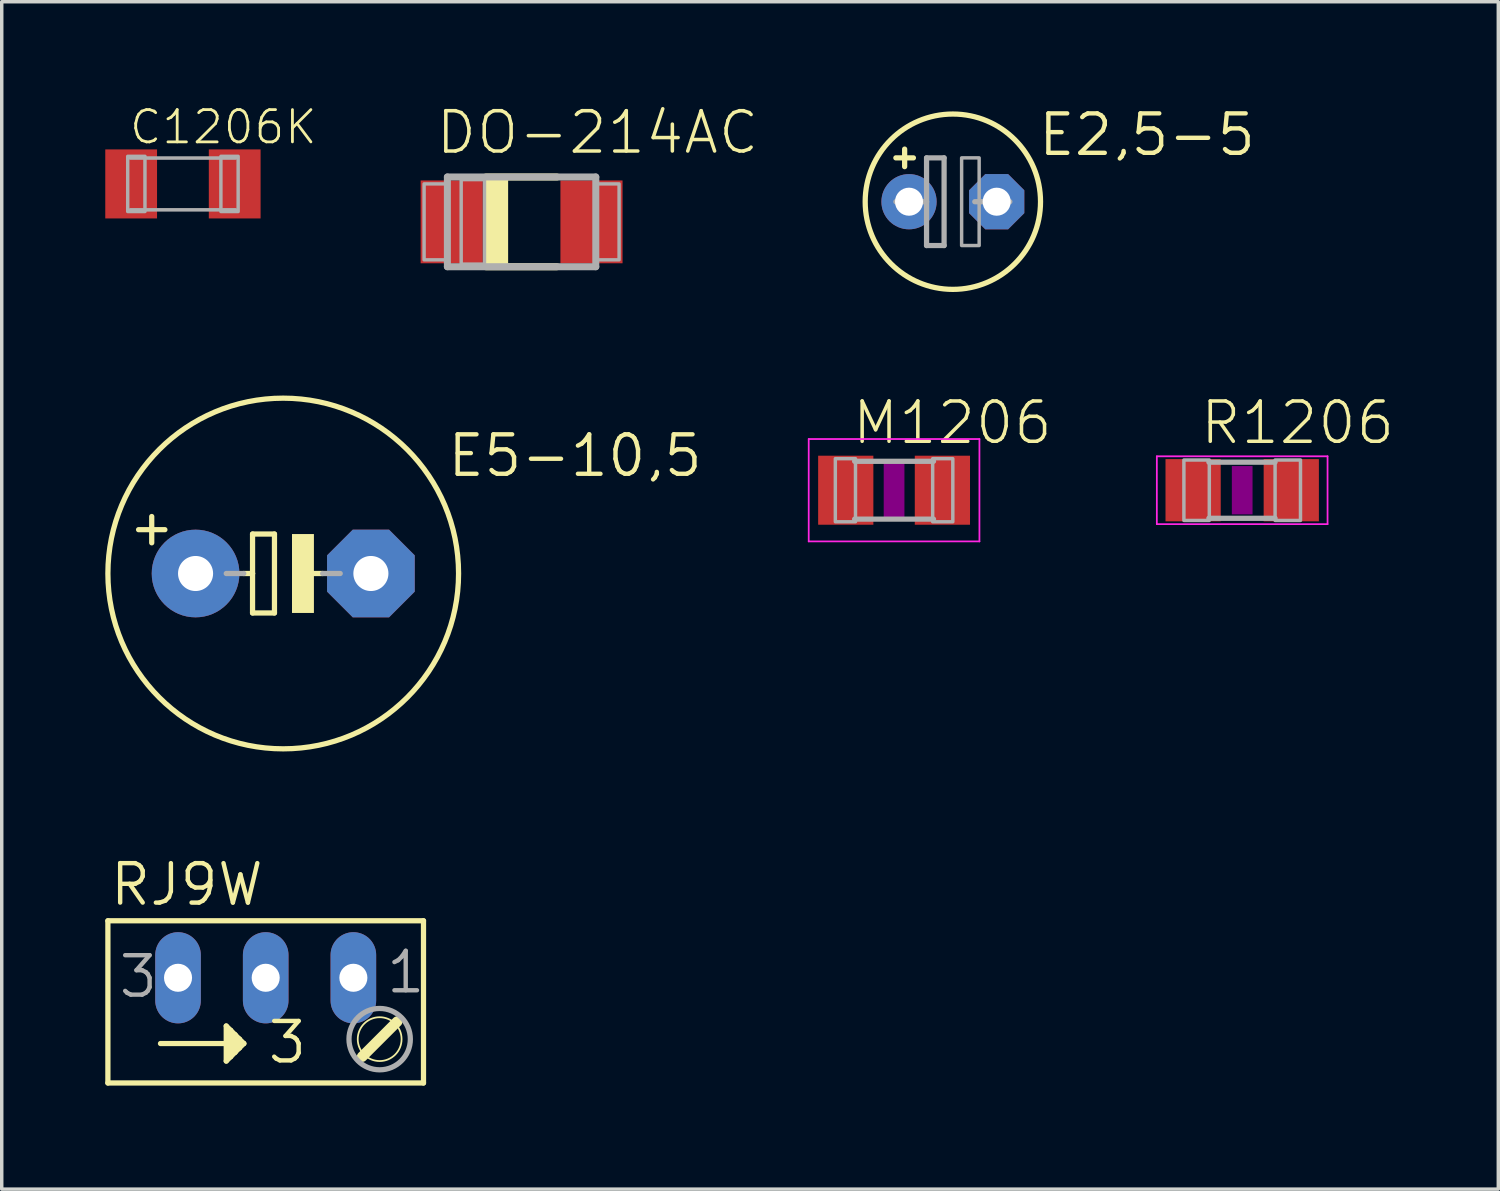
<source format=kicad_pcb>
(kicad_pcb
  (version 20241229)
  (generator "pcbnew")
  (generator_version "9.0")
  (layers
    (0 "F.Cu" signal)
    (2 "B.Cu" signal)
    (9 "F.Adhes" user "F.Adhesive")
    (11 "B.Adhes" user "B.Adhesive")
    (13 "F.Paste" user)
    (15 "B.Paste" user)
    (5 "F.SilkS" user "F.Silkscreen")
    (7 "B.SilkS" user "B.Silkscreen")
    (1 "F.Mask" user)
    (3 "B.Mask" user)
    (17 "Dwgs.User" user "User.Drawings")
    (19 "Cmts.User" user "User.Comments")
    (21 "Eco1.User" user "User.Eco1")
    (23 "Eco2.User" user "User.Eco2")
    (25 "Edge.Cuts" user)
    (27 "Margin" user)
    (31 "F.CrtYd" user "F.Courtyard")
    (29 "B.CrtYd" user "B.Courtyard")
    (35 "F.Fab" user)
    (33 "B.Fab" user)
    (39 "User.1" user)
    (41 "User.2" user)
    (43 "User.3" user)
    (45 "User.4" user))
  (footprint "E2,5-5"
    (layer "F.Cu")
    (at 24.557 2.794)
    (property "Reference" "E2,5-5" (at 2.413 -1.27 0) (unlocked yes) (layer "F.SilkS") (effects (font (size 1.143 1.143) (thickness 0.127)) (justify left bottom)))
    (fp_line (start -1.651 -1.27) (end -1.397 -1.27) (stroke (width 0.152) (type solid)) (layer "F.SilkS"))
    (fp_line (start -1.397 -1.27) (end -1.397 -1.524) (stroke (width 0.152) (type solid)) (layer "F.SilkS"))
    (fp_line (start -1.397 -1.27) (end -1.143 -1.27) (stroke (width 0.152) (type solid)) (layer "F.SilkS"))
    (fp_line (start -1.397 -1.016) (end -1.397 -1.27) (stroke (width 0.152) (type solid)) (layer "F.SilkS"))
    (fp_circle (center 0 0) (end 2.54 0) (stroke (width 0.152) (type solid)) (fill no) (layer "F.SilkS"))
    (fp_line (start -1.651 0) (end -0.762 0) (stroke (width 0.152) (type solid)) (layer "F.Fab"))
    (fp_line (start -0.762 -1.27) (end -0.762 0) (stroke (width 0.152) (type solid)) (layer "F.Fab"))
    (fp_line (start -0.762 0) (end -0.762 1.27) (stroke (width 0.152) (type solid)) (layer "F.Fab"))
    (fp_line (start -0.762 1.27) (end -0.254 1.27) (stroke (width 0.152) (type solid)) (layer "F.Fab"))
    (fp_line (start -0.254 -1.27) (end -0.762 -1.27) (stroke (width 0.152) (type solid)) (layer "F.Fab"))
    (fp_line (start -0.254 1.27) (end -0.254 -1.27) (stroke (width 0.152) (type solid)) (layer "F.Fab"))
    (fp_line (start 0.635 0) (end 1.651 0) (stroke (width 0.152) (type solid)) (layer "F.Fab"))
    (fp_poly (pts (xy 0.254 1.27) (xy 0.762 1.27) (xy 0.762 -1.27) (xy 0.254 -1.27)) (stroke (width 0.1) (type default)) (fill no) (layer "F.Fab"))
    (pad "+" thru_hole circle (at -1.27 0) (size 1.6 1.6) (drill 0.813) (layers "*.Cu" "*.Mask"))
    (pad "-" thru_hole roundrect (at 1.27 0) (size 1.6 1.6) (drill 0.813) (layers "*.Cu" "*.Mask") (roundrect_rratio 0.25) (chamfer_ratio 0.293) (chamfer top_left top_right bottom_left bottom_right)))
  (footprint "DO-214AC"
    (layer "F.Cu")
    (at 12.062 3.378)
    (property "Reference" "DO-214AC" (at -2.54 -1.905 0) (unlocked yes) (layer "F.SilkS") (effects (font (size 1.168 1.168) (thickness 0.102)) (justify left bottom)))
    (fp_line (start -1.035 -1.3) (end 1.025 -1.3) (stroke (width 0.203) (type solid)) (layer "F.SilkS"))
    (fp_line (start 1.025 1.3) (end -1.035 1.3) (stroke (width 0.203) (type solid)) (layer "F.SilkS"))
    (fp_poly (pts (xy -1.065 1.225) (xy -0.39 1.225) (xy -0.39 -1.225) (xy -1.065 -1.225)) (stroke (width 0) (type default)) (fill yes) (layer "F.SilkS"))
    (fp_line (start -2.15 -1.3) (end 2.15 -1.3) (stroke (width 0.203) (type solid)) (layer "F.Fab"))
    (fp_line (start -2.15 1.3) (end -2.15 -1.3) (stroke (width 0.203) (type solid)) (layer "F.Fab"))
    (fp_line (start 2.15 -1.3) (end 2.15 1.3) (stroke (width 0.203) (type solid)) (layer "F.Fab"))
    (fp_line (start 2.15 1.3) (end -2.15 1.3) (stroke (width 0.203) (type solid)) (layer "F.Fab"))
    (fp_poly (pts (xy -2.825 1.1) (xy -2.175 1.1) (xy -2.175 -1.1) (xy -2.825 -1.1)) (stroke (width 0.1) (type default)) (fill no) (layer "F.Fab"))
    (fp_poly (pts (xy -1.75 1.225) (xy -1.075 1.225) (xy -1.075 -1.225) (xy -1.75 -1.225)) (stroke (width 0.1) (type default)) (fill no) (layer "F.Fab"))
    (fp_poly (pts (xy 2.825 -1.1) (xy 2.175 -1.1) (xy 2.175 1.1) (xy 2.825 1.1)) (stroke (width 0.1) (type default)) (fill no) (layer "F.Fab"))
    (pad "A" smd rect (at 2.025 0 180) (size 1.8 2.4) (layers "F.Cu" "F.Mask" "F.Paste"))
    (pad "C" smd rect (at -2.025 0) (size 1.8 2.4) (layers "F.Cu" "F.Mask" "F.Paste")))
  (footprint "M1206"
    (layer "F.Cu")
    (at 22.854 11.153)
    (property "Reference" "M1206" (at -1.27 -1.27 0) (unlocked yes) (layer "F.SilkS") (effects (font (size 1.168 1.168) (thickness 0.102)) (justify left bottom)))
    (fp_poly (pts (xy -0.3 0.8) (xy 0.3 0.8) (xy 0.3 -0.8) (xy -0.3 -0.8)) (stroke (width 0) (type default)) (fill yes) (layer "F.Adhes"))
    (fp_line (start -2.473 -1.483) (end 2.473 -1.483) (stroke (width 0.051) (type solid)) (layer "F.CrtYd"))
    (fp_line (start -2.473 1.483) (end -2.473 -1.483) (stroke (width 0.051) (type solid)) (layer "F.CrtYd"))
    (fp_line (start 2.473 -1.483) (end 2.473 1.483) (stroke (width 0.051) (type solid)) (layer "F.CrtYd"))
    (fp_line (start 2.473 1.483) (end -2.473 1.483) (stroke (width 0.051) (type solid)) (layer "F.CrtYd"))
    (fp_line (start 1.143 -0.838) (end -1.143 -0.838) (stroke (width 0.152) (type solid)) (layer "F.Fab"))
    (fp_line (start 1.143 0.838) (end -1.143 0.838) (stroke (width 0.152) (type solid)) (layer "F.Fab"))
    (fp_poly (pts (xy -1.702 0.914) (xy -1.118 0.914) (xy -1.118 -0.914) (xy -1.702 -0.914)) (stroke (width 0.1) (type default)) (fill no) (layer "F.Fab"))
    (fp_poly (pts (xy 1.118 0.914) (xy 1.702 0.914) (xy 1.702 -0.914) (xy 1.118 -0.914)) (stroke (width 0.1) (type default)) (fill no) (layer "F.Fab"))
    (pad "1" smd rect (at -1.4 0) (size 1.6 2) (layers "F.Cu" "F.Mask" "F.Paste"))
    (pad "2" smd rect (at 1.4 0) (size 1.6 2) (layers "F.Cu" "F.Mask" "F.Paste")))
  (footprint "E5-10,5"
    (layer "F.Cu")
    (at 5.156 13.566)
    (property "Reference" "E5-10,5" (at 4.699 -2.743 0) (unlocked yes) (layer "F.SilkS") (effects (font (size 1.143 1.143) (thickness 0.127)) (justify left bottom)))
    (fp_line (start -3.81 -1.651) (end -3.81 -0.889) (stroke (width 0.152) (type solid)) (layer "F.SilkS"))
    (fp_line (start -3.429 -1.27) (end -4.191 -1.27) (stroke (width 0.152) (type solid)) (layer "F.SilkS"))
    (fp_line (start -1.143 0) (end -0.889 0) (stroke (width 0.152) (type solid)) (layer "F.SilkS"))
    (fp_line (start -0.889 -1.143) (end -0.889 0) (stroke (width 0.152) (type solid)) (layer "F.SilkS"))
    (fp_line (start -0.889 0) (end -0.889 1.143) (stroke (width 0.152) (type solid)) (layer "F.SilkS"))
    (fp_line (start -0.889 1.143) (end -0.254 1.143) (stroke (width 0.152) (type solid)) (layer "F.SilkS"))
    (fp_line (start -0.254 -1.143) (end -0.889 -1.143) (stroke (width 0.152) (type solid)) (layer "F.SilkS"))
    (fp_line (start -0.254 1.143) (end -0.254 -1.143) (stroke (width 0.152) (type solid)) (layer "F.SilkS"))
    (fp_line (start 0.635 0) (end 1.143 0) (stroke (width 0.152) (type solid)) (layer "F.SilkS"))
    (fp_circle (center 0 0) (end 5.08 0) (stroke (width 0.152) (type solid)) (fill no) (layer "F.SilkS"))
    (fp_poly (pts (xy 0.254 1.143) (xy 0.889 1.143) (xy 0.889 -1.143) (xy 0.254 -1.143)) (stroke (width 0) (type default)) (fill yes) (layer "F.SilkS"))
    (fp_line (start -1.651 0) (end -1.143 0) (stroke (width 0.152) (type solid)) (layer "F.Fab"))
    (fp_line (start 1.143 0) (end 1.651 0) (stroke (width 0.152) (type solid)) (layer "F.Fab"))
    (pad "+" thru_hole circle (at -2.54 0) (size 2.54 2.54) (drill 1.016) (layers "*.Cu" "*.Mask"))
    (pad "-" thru_hole roundrect (at 2.54 0) (size 2.54 2.54) (drill 1.016) (layers "*.Cu" "*.Mask") (roundrect_rratio 0.25) (chamfer_ratio 0.293) (chamfer top_left top_right bottom_left bottom_right)))
  (footprint "RJ9W"
    (layer "F.Cu")
    (at 4.648 25.914)
    (property "Reference" "RJ9W" (at -4.572 -2.667 0) (unlocked yes) (layer "F.SilkS") (effects (font (size 1.143 1.143) (thickness 0.127)) (justify left bottom)))
    (fp_line (start -4.572 2.413) (end -4.572 -2.286) (stroke (width 0.152) (type solid)) (layer "F.SilkS"))
    (fp_line (start -4.572 2.413) (end 4.572 2.413) (stroke (width 0.152) (type solid)) (layer "F.SilkS"))
    (fp_line (start -3.048 1.27) (end -1.016 1.27) (stroke (width 0.152) (type solid)) (layer "F.SilkS"))
    (fp_line (start -1.143 0.762) (end -1.143 1.778) (stroke (width 0.152) (type solid)) (layer "F.SilkS"))
    (fp_line (start -1.143 1.778) (end -1.016 1.651) (stroke (width 0.152) (type solid)) (layer "F.SilkS"))
    (fp_line (start -1.016 0.889) (end -1.143 0.762) (stroke (width 0.152) (type solid)) (layer "F.SilkS"))
    (fp_line (start -1.016 1.27) (end -1.016 0.889) (stroke (width 0.152) (type solid)) (layer "F.SilkS"))
    (fp_line (start -1.016 1.651) (end -1.016 1.27) (stroke (width 0.152) (type solid)) (layer "F.SilkS"))
    (fp_line (start -0.889 1.016) (end -1.016 0.889) (stroke (width 0.152) (type solid)) (layer "F.SilkS"))
    (fp_line (start -0.889 1.524) (end -1.016 1.651) (stroke (width 0.152) (type solid)) (layer "F.SilkS"))
    (fp_line (start -0.889 1.524) (end -0.889 1.016) (stroke (width 0.152) (type solid)) (layer "F.SilkS"))
    (fp_line (start -0.762 1.143) (end -0.889 1.016) (stroke (width 0.152) (type solid)) (layer "F.SilkS"))
    (fp_line (start -0.762 1.397) (end -0.889 1.524) (stroke (width 0.152) (type solid)) (layer "F.SilkS"))
    (fp_line (start -0.762 1.397) (end -0.762 1.143) (stroke (width 0.152) (type solid)) (layer "F.SilkS"))
    (fp_line (start -0.635 1.27) (end -1.016 1.27) (stroke (width 0.152) (type solid)) (layer "F.SilkS"))
    (fp_line (start -0.635 1.27) (end -0.762 1.143) (stroke (width 0.152) (type solid)) (layer "F.SilkS"))
    (fp_line (start -0.635 1.27) (end -0.762 1.397) (stroke (width 0.152) (type solid)) (layer "F.SilkS"))
    (fp_line (start 3.81 0.635) (end 2.794 1.651) (stroke (width 0.305) (type solid)) (layer "F.SilkS"))
    (fp_line (start 4.572 -2.286) (end -4.572 -2.286) (stroke (width 0.152) (type solid)) (layer "F.SilkS"))
    (fp_line (start 4.572 -2.286) (end 4.572 2.413) (stroke (width 0.152) (type solid)) (layer "F.SilkS"))
    (fp_circle (center 3.302 1.143) (end 3.937 1.143) (stroke (width 0.051) (type solid)) (fill no) (layer "F.SilkS"))
    (fp_circle (center 3.302 1.143) (end 4.191 1.143) (stroke (width 0.152) (type solid)) (fill no) (layer "F.Fab"))
    (fp_text user "3" (at 0 1.905 0) (layer "F.SilkS") (effects (font (size 1.143 1.143) (thickness 0.127)) (justify left bottom)))
    (fp_text user "3" (at -4.318 0 0) (layer "F.Fab") (effects (font (size 1.143 1.143) (thickness 0.127)) (justify left bottom)))
    (fp_text user "1" (at 3.429 -0.127 0) (layer "F.Fab") (effects (font (size 1.143 1.143) (thickness 0.127)) (justify left bottom)))
    (pad "A" thru_hole oval (at 2.54 -0.635 90) (size 2.642 1.321) (drill 0.813) (layers "*.Cu" "*.Mask"))
    (pad "E" thru_hole oval (at -2.54 -0.635 90) (size 2.642 1.321) (drill 0.813) (layers "*.Cu" "*.Mask"))
    (pad "S" thru_hole oval (at 0 -0.635 90) (size 2.642 1.321) (drill 0.813) (layers "*.Cu" "*.Mask")))
  (footprint "R1206"
    (layer "F.Cu")
    (at 32.94 11.153)
    (property "Reference" "R1206" (at -1.27 -1.27 0) (unlocked yes) (layer "F.SilkS") (effects (font (size 1.168 1.168) (thickness 0.102)) (justify left bottom)))
    (fp_poly (pts (xy -0.3 0.7) (xy 0.3 0.7) (xy 0.3 -0.7) (xy -0.3 -0.7)) (stroke (width 0) (type default)) (fill yes) (layer "F.Adhes"))
    (fp_line (start -2.473 -0.983) (end 2.473 -0.983) (stroke (width 0.051) (type solid)) (layer "F.CrtYd"))
    (fp_line (start -2.473 0.983) (end -2.473 -0.983) (stroke (width 0.051) (type solid)) (layer "F.CrtYd"))
    (fp_line (start 2.473 -0.983) (end 2.473 0.983) (stroke (width 0.051) (type solid)) (layer "F.CrtYd"))
    (fp_line (start 2.473 0.983) (end -2.473 0.983) (stroke (width 0.051) (type solid)) (layer "F.CrtYd"))
    (fp_line (start 0.953 -0.813) (end -0.965 -0.813) (stroke (width 0.152) (type solid)) (layer "F.Fab"))
    (fp_line (start 0.953 0.813) (end -0.965 0.813) (stroke (width 0.152) (type solid)) (layer "F.Fab"))
    (fp_poly (pts (xy -1.689 0.876) (xy -0.953 0.876) (xy -0.953 -0.876) (xy -1.689 -0.876)) (stroke (width 0.1) (type default)) (fill no) (layer "F.Fab"))
    (fp_poly (pts (xy 0.953 0.876) (xy 1.689 0.876) (xy 1.689 -0.876) (xy 0.953 -0.876)) (stroke (width 0.1) (type default)) (fill no) (layer "F.Fab"))
    (pad "1" smd rect (at -1.422 0) (size 1.6 1.803) (layers "F.Cu" "F.Mask" "F.Paste"))
    (pad "2" smd rect (at 1.422 0) (size 1.6 1.803) (layers "F.Cu" "F.Mask" "F.Paste")))
  (footprint "C1206K"
    (layer "F.Cu")
    (at 2.25 2.279)
    (property "Reference" "C1206K" (at -1.6 -1.1 0) (unlocked yes) (layer "F.SilkS") (effects (font (size 0.935 0.935) (thickness 0.081)) (justify left bottom)))
    (fp_line (start -1.525 -0.75) (end 1.525 -0.75) (stroke (width 0.102) (type solid)) (layer "F.Fab"))
    (fp_line (start 1.525 0.75) (end -1.525 0.75) (stroke (width 0.102) (type solid)) (layer "F.Fab"))
    (fp_poly (pts (xy -1.6 0.8) (xy -1.1 0.8) (xy -1.1 -0.8) (xy -1.6 -0.8)) (stroke (width 0.1) (type default)) (fill no) (layer "F.Fab"))
    (fp_poly (pts (xy 1.1 0.8) (xy 1.6 0.8) (xy 1.6 -0.8) (xy 1.1 -0.8)) (stroke (width 0.1) (type default)) (fill no) (layer "F.Fab"))
    (pad "1" smd rect (at -1.5 0) (size 1.5 2) (layers "F.Cu" "F.Mask" "F.Paste"))
    (pad "2" smd rect (at 1.5 0) (size 1.5 2) (layers "F.Cu" "F.Mask" "F.Paste")))
  (gr_rect
    (start -3 -3)
    (end 40.36 31.403)
    (stroke (width 0.1) (type default))
    (fill no)
    (layer "Edge.Cuts")))
</source>
